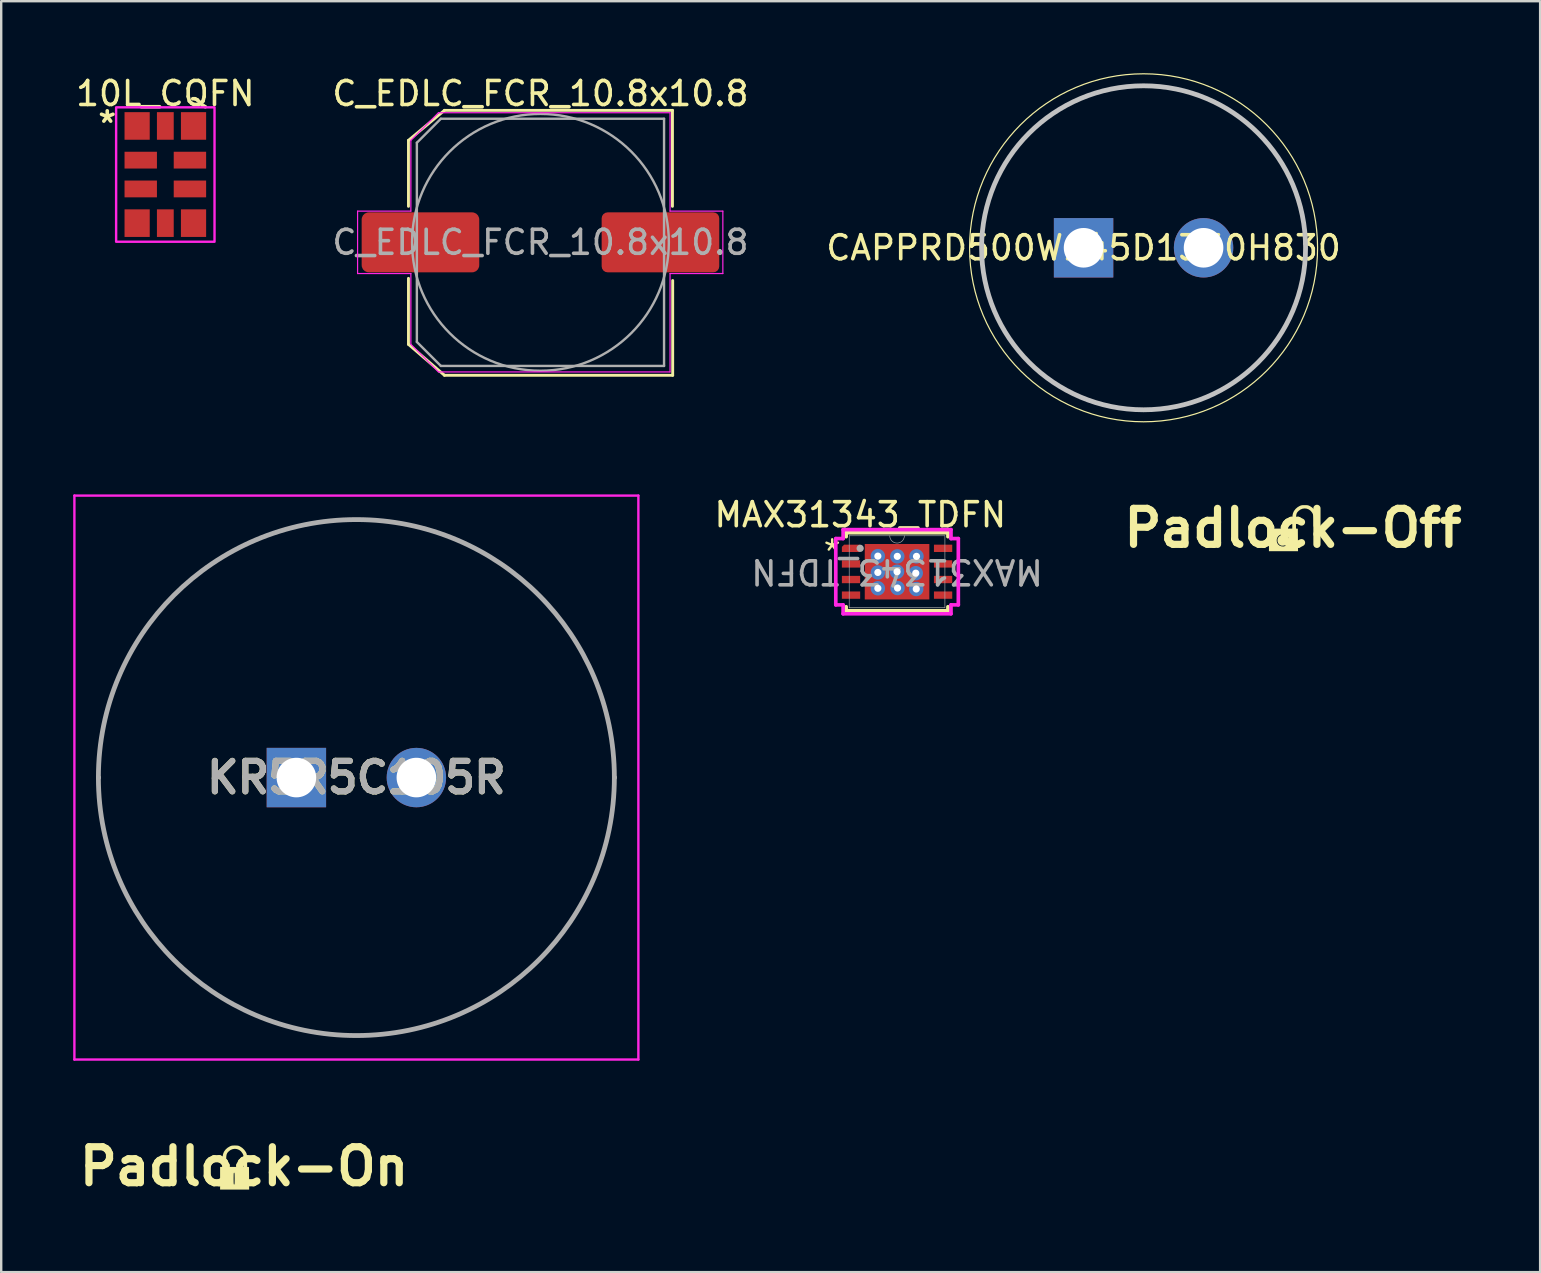
<source format=kicad_pcb>
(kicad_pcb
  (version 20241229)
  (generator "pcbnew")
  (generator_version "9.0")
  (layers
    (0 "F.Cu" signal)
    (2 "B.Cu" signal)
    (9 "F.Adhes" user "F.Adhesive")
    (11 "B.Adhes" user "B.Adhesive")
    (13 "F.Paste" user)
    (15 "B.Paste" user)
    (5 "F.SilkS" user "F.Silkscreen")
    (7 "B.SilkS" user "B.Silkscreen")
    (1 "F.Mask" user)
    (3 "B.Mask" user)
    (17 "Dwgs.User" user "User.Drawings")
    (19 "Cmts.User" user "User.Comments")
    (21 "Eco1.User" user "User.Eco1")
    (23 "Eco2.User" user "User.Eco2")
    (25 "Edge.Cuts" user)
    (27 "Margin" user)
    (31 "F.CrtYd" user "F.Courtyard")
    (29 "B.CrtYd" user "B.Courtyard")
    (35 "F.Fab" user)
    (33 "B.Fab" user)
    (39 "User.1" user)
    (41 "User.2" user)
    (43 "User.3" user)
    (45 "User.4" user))
  (footprint "Padlock-Off"
    (layer "F.Cu")
    (at 50.825 18.954)
    (property "Reference" "Padlock-Off" (at 0 0 0) (layer "F.SilkS") (effects (font (size 1.5 1.5) (thickness 0.3))))
    (attr board_only exclude_from_pos_files exclude_from_bom)
    (fp_poly (pts (xy -0.373 0.297) (xy -0.305 0.326) (xy -0.246 0.377) (xy -0.233 0.393) (xy -0.214 0.429) (xy -0.205 0.477) (xy -0.204 0.514) (xy -0.212 0.585) (xy -0.237 0.641) (xy -0.284 0.69) (xy -0.299 0.702) (xy -0.343 0.722) (xy -0.401 0.734) (xy -0.461 0.735) (xy -0.507 0.725) (xy -0.572 0.683) (xy -0.618 0.625) (xy -0.643 0.557) (xy -0.645 0.483) (xy -0.623 0.41) (xy -0.618 0.402) (xy -0.571 0.343) (xy -0.511 0.306) (xy -0.443 0.29)) (stroke (width 0) (type solid)) (fill yes) (layer "F.SilkS"))
    (fp_poly (pts (xy 0.56 -0.956) (xy 0.608 -0.952) (xy 0.647 -0.943) (xy 0.686 -0.927) (xy 0.706 -0.917) (xy 0.798 -0.858) (xy 0.879 -0.778) (xy 0.944 -0.686) (xy 0.953 -0.669) (xy 0.967 -0.641) (xy 0.978 -0.615) (xy 0.985 -0.587) (xy 0.99 -0.552) (xy 0.993 -0.505) (xy 0.995 -0.441) (xy 0.997 -0.354) (xy 0.998 -0.328) (xy 1.003 -0.063) (xy 0.931 -0.063) (xy 0.859 -0.063) (xy 0.859 -0.264) (xy 0.859 -0.363) (xy 0.856 -0.438) (xy 0.851 -0.497) (xy 0.843 -0.542) (xy 0.83 -0.581) (xy 0.813 -0.618) (xy 0.797 -0.645) (xy 0.737 -0.72) (xy 0.662 -0.775) (xy 0.577 -0.808) (xy 0.487 -0.818) (xy 0.396 -0.806) (xy 0.309 -0.769) (xy 0.243 -0.721) (xy 0.207 -0.686) (xy 0.179 -0.654) (xy 0.159 -0.619) (xy 0.145 -0.578) (xy 0.135 -0.526) (xy 0.13 -0.459) (xy 0.128 -0.372) (xy 0.127 -0.265) (xy 0.127 0.019) (xy 0.166 0.024) (xy 0.204 0.028) (xy 0.208 0.497) (xy 0.212 0.965) (xy -0.394 0.965) (xy -1 0.965) (xy -1 0.546) (xy -0.675 0.546) (xy -0.657 0.617) (xy -0.62 0.68) (xy -0.564 0.728) (xy -0.546 0.738) (xy -0.471 0.762) (xy -0.391 0.766) (xy -0.32 0.748) (xy -0.253 0.705) (xy -0.204 0.645) (xy -0.176 0.573) (xy -0.171 0.494) (xy -0.189 0.413) (xy -0.199 0.392) (xy -0.243 0.331) (xy -0.304 0.288) (xy -0.376 0.264) (xy -0.453 0.261) (xy -0.529 0.281) (xy -0.552 0.292) (xy -0.612 0.34) (xy -0.653 0.402) (xy -0.674 0.473) (xy -0.675 0.546) (xy -1 0.546) (xy -1 0.493) (xy -1 0.021) (xy -0.514 0.021) (xy -0.028 0.021) (xy -0.028 -0.243) (xy -0.027 -0.359) (xy -0.023 -0.453) (xy -0.017 -0.527) (xy -0.006 -0.588) (xy 0.01 -0.639) (xy 0.031 -0.687) (xy 0.047 -0.716) (xy 0.109 -0.797) (xy 0.19 -0.868) (xy 0.28 -0.921) (xy 0.323 -0.939) (xy 0.362 -0.95) (xy 0.408 -0.956) (xy 0.47 -0.957) (xy 0.493 -0.957)) (stroke (width 0) (type solid)) (fill yes) (layer "F.SilkS")))
  (footprint "KR5R5C105R"
    (layer "F.Cu")
    (at 9.3 29.35)
    (property "Reference" "KR5R5C105R" (at 2.5 0 0) (layer "F.SilkS") (effects (font (size 1.27 1.27) (thickness 0.254))))
    (attr through_hole)
    (fp_line (start -8.25 0) (end -8.25 0) (stroke (width 0.1) (type solid)) (layer "F.SilkS"))
    (fp_line (start 13.25 0) (end 13.25 0) (stroke (width 0.1) (type solid)) (layer "F.SilkS"))
    (fp_arc (start -8.25 0) (mid 2.5 -10.75) (end 13.25 0) (stroke (width 0.1) (type solid)) (layer "F.SilkS"))
    (fp_arc (start 13.25 0) (mid 2.5 10.75) (end -8.25 0) (stroke (width 0.1) (type solid)) (layer "F.SilkS"))
    (fp_line (start -9.25 -11.75) (end 14.25 -11.75) (stroke (width 0.1) (type solid)) (layer "F.CrtYd"))
    (fp_line (start -9.25 11.75) (end -9.25 -11.75) (stroke (width 0.1) (type solid)) (layer "F.CrtYd"))
    (fp_line (start 14.25 -11.75) (end 14.25 11.75) (stroke (width 0.1) (type solid)) (layer "F.CrtYd"))
    (fp_line (start 14.25 11.75) (end -9.25 11.75) (stroke (width 0.1) (type solid)) (layer "F.CrtYd"))
    (fp_line (start -8.25 0) (end -8.25 0) (stroke (width 0.2) (type solid)) (layer "F.Fab"))
    (fp_line (start 13.25 0) (end 13.25 0) (stroke (width 0.2) (type solid)) (layer "F.Fab"))
    (fp_arc (start -8.25 0) (mid 2.5 -10.75) (end 13.25 0) (stroke (width 0.2) (type solid)) (layer "F.Fab"))
    (fp_arc (start 13.25 0) (mid 2.5 10.75) (end -8.25 0) (stroke (width 0.2) (type solid)) (layer "F.Fab"))
    (fp_text user "${REFERENCE}" (at 2.5 0 0) (layer "F.Fab") (effects (font (size 1.27 1.27) (thickness 0.254))))
    (pad "1" thru_hole rect (at 0 0) (size 2.475 2.475) (drill 1.65) (layers "*.Cu" "*.Mask"))
    (pad "2" thru_hole circle (at 5 0) (size 2.475 2.475) (drill 1.65) (layers "*.Cu" "*.Mask")))
  (footprint "CAPPRD500W145D1350H830"
    (layer "F.Cu")
    (at 42.101 7.275)
    (property "Reference" "CAPPRD500W145D1350H830" (at 0 0 0) (layer "F.SilkS") (effects (font (size 1 1) (thickness 0.15))))
    (attr through_hole)
    (fp_circle (center 2.5 0) (end 9.75 0) (stroke (width 0.05) (type solid)) (fill no) (layer "F.SilkS"))
    (fp_circle (center 2.5 0) (end 9.25 0) (stroke (width 0.2) (type solid)) (fill no) (layer "Dwgs.User"))
    (fp_circle (center 2.5 0) (end 9.25 0) (stroke (width 0.1) (type solid)) (fill no) (layer "F.Fab"))
    (pad "1" thru_hole rect (at 0 0) (size 2.475 2.475) (drill 1.65) (layers "*.Cu" "*.Mask"))
    (pad "2" thru_hole circle (at 5 0) (size 2.475 2.475) (drill 1.65) (layers "*.Cu" "*.Mask")))
  (footprint "MAX31343_TDFN"
    (layer "F.Cu")
    (at 34.329 20.773)
    (property "Reference" "MAX31343_TDFN" (at -1.532 -2.375 0) (unlocked yes) (layer "F.SilkS") (effects (font (size 1 1) (thickness 0.15))))
    (attr smd)
    (fp_line (start -2.121 -1.626) (end -2.121 -1.46) (stroke (width 0.152) (type solid)) (layer "F.SilkS"))
    (fp_line (start -2.121 1.46) (end -2.121 1.626) (stroke (width 0.152) (type solid)) (layer "F.SilkS"))
    (fp_line (start -2.121 1.626) (end 2.121 1.626) (stroke (width 0.152) (type solid)) (layer "F.SilkS"))
    (fp_line (start 2.121 -1.626) (end -2.121 -1.626) (stroke (width 0.152) (type solid)) (layer "F.SilkS"))
    (fp_line (start 2.121 -1.46) (end 2.121 -1.626) (stroke (width 0.152) (type solid)) (layer "F.SilkS"))
    (fp_line (start 2.121 1.626) (end 2.121 1.46) (stroke (width 0.152) (type solid)) (layer "F.SilkS"))
    (fp_line (start -2.553 -1.381) (end -2.248 -1.381) (stroke (width 0.152) (type solid)) (layer "F.CrtYd"))
    (fp_line (start -2.553 1.381) (end -2.553 -1.381) (stroke (width 0.152) (type solid)) (layer "F.CrtYd"))
    (fp_line (start -2.553 1.381) (end -2.248 1.381) (stroke (width 0.152) (type solid)) (layer "F.CrtYd"))
    (fp_line (start -2.248 -1.753) (end 2.248 -1.753) (stroke (width 0.152) (type solid)) (layer "F.CrtYd"))
    (fp_line (start -2.248 -1.381) (end -2.248 -1.753) (stroke (width 0.152) (type solid)) (layer "F.CrtYd"))
    (fp_line (start -2.248 1.753) (end -2.248 1.381) (stroke (width 0.152) (type solid)) (layer "F.CrtYd"))
    (fp_line (start 2.248 -1.753) (end 2.248 -1.381) (stroke (width 0.152) (type solid)) (layer "F.CrtYd"))
    (fp_line (start 2.248 1.381) (end 2.248 1.753) (stroke (width 0.152) (type solid)) (layer "F.CrtYd"))
    (fp_line (start 2.248 1.753) (end -2.248 1.753) (stroke (width 0.152) (type solid)) (layer "F.CrtYd"))
    (fp_line (start 2.553 -1.381) (end 2.248 -1.381) (stroke (width 0.152) (type solid)) (layer "F.CrtYd"))
    (fp_line (start 2.553 -1.381) (end 2.553 1.381) (stroke (width 0.152) (type solid)) (layer "F.CrtYd"))
    (fp_line (start 2.553 1.381) (end 2.248 1.381) (stroke (width 0.152) (type solid)) (layer "F.CrtYd"))
    (fp_line (start -1.994 -1.499) (end -1.994 1.499) (stroke (width 0.025) (type solid)) (layer "F.Fab"))
    (fp_line (start -1.994 1.499) (end 1.994 1.499) (stroke (width 0.025) (type solid)) (layer "F.Fab"))
    (fp_line (start 1.994 -1.499) (end -1.994 -1.499) (stroke (width 0.025) (type solid)) (layer "F.Fab"))
    (fp_line (start 1.994 1.499) (end 1.994 -1.499) (stroke (width 0.025) (type solid)) (layer "F.Fab"))
    (fp_arc (start 0.3048 -1.4986) (mid 0 -1.1938) (end -0.3048 -1.4986) (stroke (width 0.0254) (type solid)) (layer "F.Fab"))
    (fp_circle (center -1.537 -0.975) (end -1.537 -0.975) (stroke (width 0.152) (type solid)) (fill no) (layer "F.Fab"))
    (fp_text user "*" (at -3.15 -0.225 0) (unlocked yes) (layer "F.SilkS") (effects (font (size 1 1) (thickness 0.1)) (justify left bottom)))
    (fp_text user "${REFERENCE}" (at 0 0 180) (unlocked yes) (layer "F.Fab") (effects (font (size 1 1) (thickness 0.15))))
    (pad "1" smd roundrect (at -1.918 -0.975) (size 0.762 0.305) (layers "F.Cu" "F.Mask" "F.Paste") (roundrect_rratio 0) (chamfer_ratio 0.3) (chamfer top_left))
    (pad "2" smd rect (at -1.918 -0.325) (size 0.762 0.305) (layers "F.Cu" "F.Mask" "F.Paste"))
    (pad "3" smd rect (at -1.918 0.325) (size 0.762 0.305) (layers "F.Cu" "F.Mask" "F.Paste"))
    (pad "4" smd rect (at -1.918 0.975) (size 0.762 0.305) (layers "F.Cu" "F.Mask" "F.Paste"))
    (pad "5" smd rect (at 1.918 0.975) (size 0.762 0.305) (layers "F.Cu" "F.Mask" "F.Paste"))
    (pad "6" smd rect (at 1.918 0.325) (size 0.762 0.305) (layers "F.Cu" "F.Mask" "F.Paste"))
    (pad "7" smd rect (at 1.918 -0.325) (size 0.762 0.305) (layers "F.Cu" "F.Mask" "F.Paste"))
    (pad "8" smd rect (at 1.918 -0.975) (size 0.762 0.305) (layers "F.Cu" "F.Mask" "F.Paste"))
    (pad "9" thru_hole circle (at -0.8 -0.65) (size 0.6 0.6) (drill 0.3) (layers "*.Cu" "*.Mask"))
    (pad "9" thru_hole circle (at -0.8 0.03) (size 0.6 0.6) (drill 0.3) (layers "*.Cu" "*.Mask"))
    (pad "9" thru_hole circle (at -0.8 0.69) (size 0.6 0.6) (drill 0.3) (layers "*.Cu" "*.Mask"))
    (pad "9" thru_hole circle (at 0 0) (size 0.6 0.6) (drill 0.3) (layers "*.Cu" "*.Mask"))
    (pad "9" smd rect (at 0 0) (size 2.692 2.311) (layers "F.Cu" "F.Mask" "F.Paste"))
    (pad "9" thru_hole circle (at 0.01 -0.64) (size 0.6 0.6) (drill 0.3) (layers "*.Cu" "*.Mask"))
    (pad "9" thru_hole circle (at 0.02 0.68) (size 0.6 0.6) (drill 0.3) (layers "*.Cu" "*.Mask"))
    (pad "9" thru_hole circle (at 0.78 0.06) (size 0.6 0.6) (drill 0.3) (layers "*.Cu" "*.Mask"))
    (pad "9" thru_hole circle (at 0.8 0.72) (size 0.6 0.6) (drill 0.3) (layers "*.Cu" "*.Mask"))
    (pad "9" thru_hole circle (at 0.81 -0.64) (size 0.6 0.6) (drill 0.3) (layers "*.Cu" "*.Mask")))
  (footprint "10L_CQFN"
    (layer "F.Cu")
    (at 3.839 4.223)
    (property "Reference" "10L_CQFN" (at 0 -3.375 0) (layer "F.SilkS") (effects (font (size 1 1) (thickness 0.15))))
    (attr through_hole)
    (fp_rect (start -2.05 -2.8) (end 2.05 2.8) (stroke (width 0.1) (type solid)) (fill no) (layer "F.CrtYd"))
    (fp_text user "*" (at -2.42 -2.11 0) (layer "F.SilkS") (effects (font (size 1 1) (thickness 0.15))))
    (pad "1" smd rect (at -1.175 -2.025) (size 1.05 1.15) (layers "F.Cu" "F.Mask" "F.Paste"))
    (pad "2" smd rect (at -1.025 -0.6) (size 1.35 0.7) (layers "F.Cu" "F.Mask" "F.Paste"))
    (pad "3" smd rect (at -1.025 0.6) (size 1.35 0.7) (layers "F.Cu" "F.Mask" "F.Paste"))
    (pad "4" smd rect (at -1.175 2.025) (size 1.05 1.15) (layers "F.Cu" "F.Mask" "F.Paste"))
    (pad "5" smd rect (at 0 2.025) (size 0.7 1.15) (layers "F.Cu" "F.Mask" "F.Paste"))
    (pad "6" smd rect (at 1.175 2.025) (size 1.05 1.15) (layers "F.Cu" "F.Mask" "F.Paste"))
    (pad "7" smd rect (at 1.025 0.6) (size 1.35 0.7) (layers "F.Cu" "F.Mask" "F.Paste"))
    (pad "8" smd rect (at 1.025 -0.6) (size 1.35 0.7) (layers "F.Cu" "F.Mask" "F.Paste"))
    (pad "9" smd rect (at 1.175 -2.025) (size 1.05 1.15) (layers "F.Cu" "F.Mask" "F.Paste"))
    (pad "10" smd rect (at 0 -2.025) (size 0.7 1.15) (layers "F.Cu" "F.Mask" "F.Paste")))
  (footprint "C_EDLC_FCR_10.8x10.8"
    (layer "F.Cu")
    (at 19.47 7.048)
    (property "Reference" "C_EDLC_FCR_10.8x10.8" (at 0 -6.2 0) (layer "F.SilkS") (effects (font (size 1 1) (thickness 0.15))))
    (attr smd)
    (fp_line (start -5.5 -4.25) (end -5.5 -1.5) (stroke (width 0.12) (type solid)) (layer "F.SilkS"))
    (fp_line (start -5.5 -4.25) (end -4 -5.5) (stroke (width 0.12) (type solid)) (layer "F.SilkS"))
    (fp_line (start -5.5 4.25) (end -5.5 1.5) (stroke (width 0.12) (type solid)) (layer "F.SilkS"))
    (fp_line (start -5.5 4.25) (end -4 5.54) (stroke (width 0.12) (type solid)) (layer "F.SilkS"))
    (fp_line (start -4 -5.5) (end 5.5 -5.5) (stroke (width 0.12) (type solid)) (layer "F.SilkS"))
    (fp_line (start -4 5.54) (end 5.51 5.54) (stroke (width 0.12) (type solid)) (layer "F.SilkS"))
    (fp_line (start 5.5 -5.5) (end 5.5 -1.5) (stroke (width 0.12) (type solid)) (layer "F.SilkS"))
    (fp_line (start 5.51 5.54) (end 5.51 1.59) (stroke (width 0.12) (type solid)) (layer "F.SilkS"))
    (fp_line (start -7.62 -1.3) (end -7.62 1.3) (stroke (width 0.05) (type solid)) (layer "F.CrtYd"))
    (fp_line (start -7.62 1.3) (end -5.4 1.3) (stroke (width 0.05) (type solid)) (layer "F.CrtYd"))
    (fp_line (start -5.4 -4.25) (end -5.4 -1.3) (stroke (width 0.05) (type solid)) (layer "F.CrtYd"))
    (fp_line (start -5.4 -4.25) (end -4.25 -5.4) (stroke (width 0.05) (type solid)) (layer "F.CrtYd"))
    (fp_line (start -5.4 -1.3) (end -7.62 -1.3) (stroke (width 0.05) (type solid)) (layer "F.CrtYd"))
    (fp_line (start -5.4 1.3) (end -5.4 4.25) (stroke (width 0.05) (type solid)) (layer "F.CrtYd"))
    (fp_line (start -5.4 4.25) (end -4.25 5.4) (stroke (width 0.05) (type solid)) (layer "F.CrtYd"))
    (fp_line (start -4.25 -5.4) (end 5.4 -5.4) (stroke (width 0.05) (type solid)) (layer "F.CrtYd"))
    (fp_line (start -4.25 5.4) (end 5.4 5.4) (stroke (width 0.05) (type solid)) (layer "F.CrtYd"))
    (fp_line (start 5.4 -5.4) (end 5.4 -1.3) (stroke (width 0.05) (type solid)) (layer "F.CrtYd"))
    (fp_line (start 5.4 -1.3) (end 7.6 -1.3) (stroke (width 0.05) (type solid)) (layer "F.CrtYd"))
    (fp_line (start 5.4 1.3) (end 5.4 5.4) (stroke (width 0.05) (type solid)) (layer "F.CrtYd"))
    (fp_line (start 7.6 -1.3) (end 7.6 1.3) (stroke (width 0.05) (type solid)) (layer "F.CrtYd"))
    (fp_line (start 7.6 1.3) (end 5.4 1.3) (stroke (width 0.05) (type solid)) (layer "F.CrtYd"))
    (fp_line (start -5.15 -4.15) (end -5.15 4.15) (stroke (width 0.1) (type solid)) (layer "F.Fab"))
    (fp_line (start -5.15 -4.15) (end -4.15 -5.15) (stroke (width 0.1) (type solid)) (layer "F.Fab"))
    (fp_line (start -5.15 4.15) (end -4.15 5.15) (stroke (width 0.1) (type solid)) (layer "F.Fab"))
    (fp_line (start -4.15 -5.15) (end 5.15 -5.15) (stroke (width 0.1) (type solid)) (layer "F.Fab"))
    (fp_line (start -4.15 5.15) (end 5.15 5.15) (stroke (width 0.1) (type solid)) (layer "F.Fab"))
    (fp_line (start 5.15 -5.15) (end 5.15 5.15) (stroke (width 0.1) (type solid)) (layer "F.Fab"))
    (fp_circle (center 0 0) (end 5.35 0) (stroke (width 0.1) (type solid)) (fill no) (layer "F.Fab"))
    (fp_text user "${REFERENCE}" (at 0 0 0) (layer "F.Fab") (effects (font (size 1 1) (thickness 0.15))))
    (pad "1" smd roundrect (at -5 0) (size 4.9 2.5) (layers "F.Cu" "F.Mask" "F.Paste") (roundrect_rratio 0.119))
    (pad "2" smd roundrect (at 5 0) (size 4.9 2.5) (layers "F.Cu" "F.Mask" "F.Paste") (roundrect_rratio 0.1)))
  (footprint "Padlock-On"
    (layer "F.Cu")
    (at 7.121 45.554)
    (property "Reference" "Padlock-On" (at 0 0 0) (layer "F.SilkS") (effects (font (size 1.5 1.5) (thickness 0.3))))
    (attr board_only exclude_from_pos_files exclude_from_bom)
    (fp_poly (pts (xy -0.314 -0.872) (xy -0.266 -0.868) (xy -0.227 -0.859) (xy -0.189 -0.843) (xy -0.169 -0.833) (xy -0.076 -0.773) (xy 0.007 -0.693) (xy 0.071 -0.603) (xy 0.079 -0.587) (xy 0.093 -0.558) (xy 0.104 -0.532) (xy 0.111 -0.503) (xy 0.116 -0.468) (xy 0.119 -0.421) (xy 0.122 -0.357) (xy 0.124 -0.27) (xy 0.124 -0.244) (xy 0.129 0.02) (xy 0.167 0.024) (xy 0.204 0.028) (xy 0.208 0.497) (xy 0.212 0.965) (xy -0.394 0.965) (xy -1 0.965) (xy -1 0.507) (xy -0.437 0.507) (xy -0.436 0.597) (xy -0.435 0.663) (xy -0.433 0.708) (xy -0.429 0.735) (xy -0.424 0.75) (xy -0.416 0.754) (xy -0.416 0.754) (xy -0.408 0.75) (xy -0.402 0.737) (xy -0.398 0.71) (xy -0.396 0.667) (xy -0.395 0.603) (xy -0.394 0.514) (xy -0.394 0.507) (xy -0.395 0.417) (xy -0.396 0.351) (xy -0.398 0.306) (xy -0.402 0.279) (xy -0.407 0.265) (xy -0.415 0.261) (xy -0.416 0.261) (xy -0.423 0.264) (xy -0.429 0.277) (xy -0.433 0.304) (xy -0.435 0.348) (xy -0.436 0.412) (xy -0.437 0.5) (xy -0.437 0.507) (xy -1 0.507) (xy -1 0.493) (xy -1 0.021) (xy -0.951 0.021) (xy -0.902 0.021) (xy -0.747 0.021) (xy -0.38 0.021) (xy -0.014 0.021) (xy -0.014 -0.18) (xy -0.015 -0.278) (xy -0.017 -0.354) (xy -0.022 -0.412) (xy -0.03 -0.458) (xy -0.043 -0.497) (xy -0.061 -0.534) (xy -0.076 -0.56) (xy -0.136 -0.636) (xy -0.211 -0.69) (xy -0.296 -0.723) (xy -0.387 -0.734) (xy -0.478 -0.721) (xy -0.565 -0.685) (xy -0.63 -0.637) (xy -0.669 -0.599) (xy -0.698 -0.564) (xy -0.718 -0.525) (xy -0.732 -0.48) (xy -0.741 -0.421) (xy -0.745 -0.346) (xy -0.746 -0.248) (xy -0.746 -0.222) (xy -0.747 0.021) (xy -0.902 0.021) (xy -0.901 -0.201) (xy -0.9 -0.314) (xy -0.895 -0.404) (xy -0.885 -0.477) (xy -0.869 -0.538) (xy -0.847 -0.592) (xy -0.826 -0.632) (xy -0.765 -0.712) (xy -0.683 -0.783) (xy -0.593 -0.836) (xy -0.55 -0.855) (xy -0.511 -0.866) (xy -0.465 -0.871) (xy -0.403 -0.873) (xy -0.38 -0.873)) (stroke (width 0) (type solid)) (fill yes) (layer "F.SilkS")))
  (gr_rect
    (start -3 -3)
    (end 61.125 49.958)
    (stroke (width 0.1) (type default))
    (fill no)
    (layer "Edge.Cuts")))
</source>
